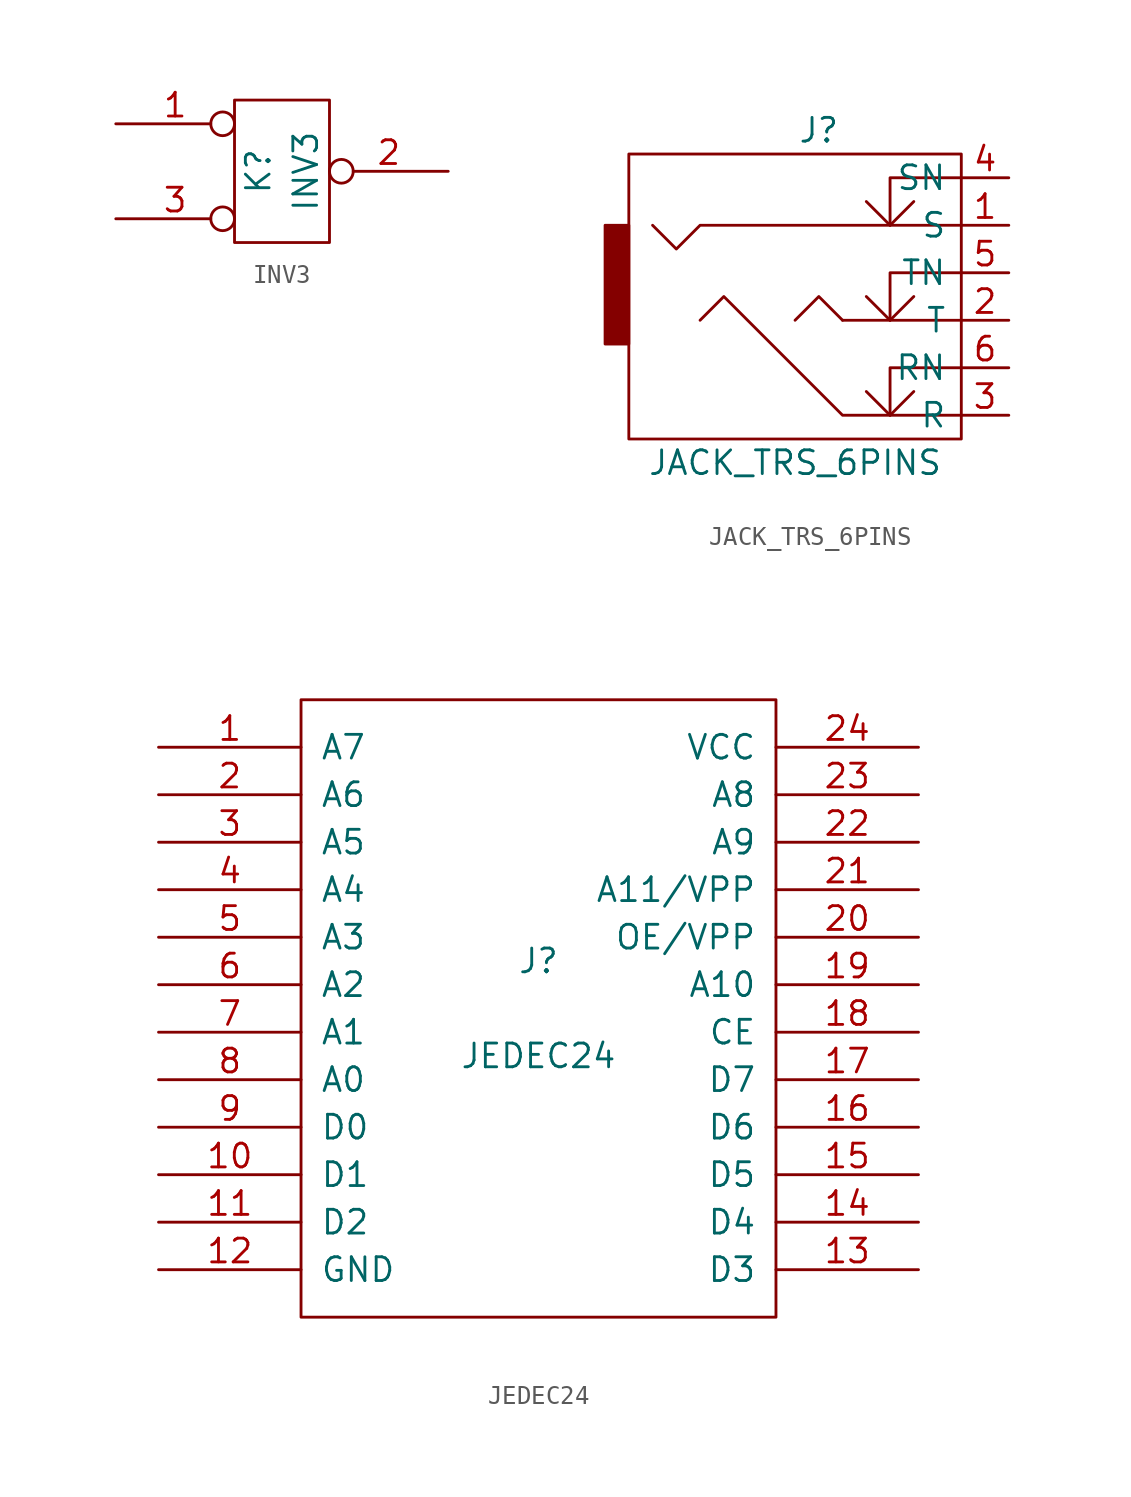
<source format=kicad_sym>
(kicad_symbol_lib
  (version 20211014)
  (generator kicad_symbol_editor)
  (symbol "INV3"
    (pin_names
      (offset 1.016) hide)
    (property "Reference" "K"
      (at -1.27 0 90)
      (effects (font (size 1.27 1.27))))
    (property "Value" "INV3"
      (at 1.27 0 90)
      (effects (font (size 1.27 1.27))))
    (property "Footprint" ""
      (at 0 0 0)
      (effects (font (size 1.27 1.27))))
    (property "Datasheet" ""
      (at 0 0 0)
      (effects (font (size 1.27 1.27))))
    (symbol "INV3_0_1"
      (rectangle (start -2.54 3.81) (end 2.54 -3.81) (stroke (width 0) (type default) (color 0 0 0 0)) (fill (type none))))
    (symbol "INV3_1_1"
      (pin passive inverted (at -8.89 2.54 0) (length 6.35) (name "P1" (effects (font (size 1.27 1.27)))) (number "1" (effects (font (size 1.27 1.27)))))
      (pin passive inverted (at 8.89 0 180) (length 6.35) (name "PM" (effects (font (size 1.27 1.27)))) (number "2" (effects (font (size 1.27 1.27)))))
      (pin passive inverted (at -8.89 -2.54 0) (length 6.35) (name "P3" (effects (font (size 1.27 1.27)))) (number "3" (effects (font (size 1.27 1.27)))))))
  (symbol "JACK_TRS_6PINS"
    (pin_names
      (offset 0.762))
    (property "Reference" "J"
      (at 0 10.16 0)
      (effects (font (size 1.27 1.27))))
    (property "Value" "JACK_TRS_6PINS"
      (at -1.27 -7.62 0)
      (effects (font (size 1.27 1.27))))
    (property "Footprint" ""
      (at 2.54 -3.81 0)
      (effects (font (size 1.27 1.27))))
    (property "Datasheet" ""
      (at 2.54 -3.81 0)
      (effects (font (size 1.27 1.27))))
    (symbol "JACK_TRS_6PINS_0_0"
      (polyline (pts (xy 3.81 -5.08) (xy 3.81 -2.54) (xy 7.62 -2.54)) (stroke (width 0) (type default) (color 0 0 0 0)) (fill (type none)))
      (polyline (pts (xy 3.81 0) (xy 3.81 2.54) (xy 7.62 2.54)) (stroke (width 0) (type default) (color 0 0 0 0)) (fill (type none)))
      (polyline (pts (xy 3.81 5.08) (xy 3.81 7.62) (xy 7.62 7.62)) (stroke (width 0) (type default) (color 0 0 0 0)) (fill (type none)))
      (polyline (pts (xy -8.89 5.08) (xy -7.62 3.81) (xy -6.35 5.08) (xy 7.62 5.08)) (stroke (width 0) (type default) (color 0 0 0 0)) (fill (type none)))
      (polyline (pts (xy -6.35 0) (xy -5.08 1.27) (xy 1.27 -5.08) (xy 7.62 -5.08)) (stroke (width 0) (type default) (color 0 0 0 0)) (fill (type none))))
    (symbol "JACK_TRS_6PINS_0_1"
      (rectangle (start -11.43 5.08) (end -10.16 -1.27) (stroke (width 0) (type default) (color 0 0 0 0)) (fill (type outline)))
      (polyline (pts (xy 1.27 0) (xy 7.62 0)) (stroke (width 0) (type default) (color 0 0 0 0)) (fill (type none)))
      (polyline (pts (xy 1.27 0) (xy 0 1.27) (xy -1.27 0) (xy -1.27 0)) (stroke (width 0) (type default) (color 0 0 0 0)) (fill (type none)))
      (polyline (pts (xy 2.54 -3.81) (xy 3.81 -5.08) (xy 5.08 -3.81) (xy 5.08 -3.81)) (stroke (width 0) (type default) (color 0 0 0 0)) (fill (type none)))
      (polyline (pts (xy 2.54 1.27) (xy 3.81 0) (xy 5.08 1.27) (xy 5.08 1.27)) (stroke (width 0) (type default) (color 0 0 0 0)) (fill (type none)))
      (polyline (pts (xy 2.54 6.35) (xy 3.81 5.08) (xy 5.08 6.35) (xy 5.08 6.35)) (stroke (width 0) (type default) (color 0 0 0 0)) (fill (type none)))
      (rectangle (start 7.62 -6.35) (end -10.16 8.89) (stroke (width 0) (type default) (color 0 0 0 0)) (fill (type none))))
    (symbol "JACK_TRS_6PINS_1_1"
      (pin passive line (at 10.16 5.08 180) (length 2.54) (name "S" (effects (font (size 1.27 1.27)))) (number "1" (effects (font (size 1.27 1.27)))))
      (pin passive line (at 10.16 0 180) (length 2.54) (name "T" (effects (font (size 1.27 1.27)))) (number "2" (effects (font (size 1.27 1.27)))))
      (pin passive line (at 10.16 -5.08 180) (length 2.54) (name "R" (effects (font (size 1.27 1.27)))) (number "3" (effects (font (size 1.27 1.27)))))
      (pin passive line (at 10.16 7.62 180) (length 2.54) (name "SN" (effects (font (size 1.27 1.27)))) (number "4" (effects (font (size 1.27 1.27)))))
      (pin passive line (at 10.16 2.54 180) (length 2.54) (name "TN" (effects (font (size 1.27 1.27)))) (number "5" (effects (font (size 1.27 1.27)))))
      (pin passive line (at 10.16 -2.54 180) (length 2.54) (name "RN" (effects (font (size 1.27 1.27)))) (number "6" (effects (font (size 1.27 1.27)))))))
  (symbol "JEDEC24"
    (pin_names
      (offset 1.016))
    (property "Reference" "J"
      (at 0 2.54 0)
      (effects (font (size 1.27 1.27))))
    (property "Value" "JEDEC24"
      (at 0 -2.54 0)
      (effects (font (size 1.27 1.27))))
    (property "Footprint" ""
      (at 0 0 0)
      (effects (font (size 1.27 1.27))))
    (property "Datasheet" ""
      (at 0 0 0)
      (effects (font (size 1.27 1.27))))
    (symbol "JEDEC24_0_1"
      (rectangle (start -12.7 -16.51) (end 12.7 16.51) (stroke (width 0) (type default) (color 0 0 0 0)) (fill (type none))))
    (symbol "JEDEC24_1_1"
      (pin passive line (at -20.32 13.97 0) (length 7.62) (name "A7" (effects (font (size 1.27 1.27)))) (number "1" (effects (font (size 1.27 1.27)))))
      (pin passive line (at -20.32 -8.89 0) (length 7.62) (name "D1" (effects (font (size 1.27 1.27)))) (number "10" (effects (font (size 1.27 1.27)))))
      (pin passive line (at -20.32 -11.43 0) (length 7.62) (name "D2" (effects (font (size 1.27 1.27)))) (number "11" (effects (font (size 1.27 1.27)))))
      (pin passive line (at -20.32 -13.97 0) (length 7.62) (name "GND" (effects (font (size 1.27 1.27)))) (number "12" (effects (font (size 1.27 1.27)))))
      (pin passive line (at 20.32 -13.97 180) (length 7.62) (name "D3" (effects (font (size 1.27 1.27)))) (number "13" (effects (font (size 1.27 1.27)))))
      (pin passive line (at 20.32 -11.43 180) (length 7.62) (name "D4" (effects (font (size 1.27 1.27)))) (number "14" (effects (font (size 1.27 1.27)))))
      (pin passive line (at 20.32 -8.89 180) (length 7.62) (name "D5" (effects (font (size 1.27 1.27)))) (number "15" (effects (font (size 1.27 1.27)))))
      (pin passive line (at 20.32 -6.35 180) (length 7.62) (name "D6" (effects (font (size 1.27 1.27)))) (number "16" (effects (font (size 1.27 1.27)))))
      (pin passive line (at 20.32 -3.81 180) (length 7.62) (name "D7" (effects (font (size 1.27 1.27)))) (number "17" (effects (font (size 1.27 1.27)))))
      (pin passive line (at 20.32 -1.27 180) (length 7.62) (name "CE" (effects (font (size 1.27 1.27)))) (number "18" (effects (font (size 1.27 1.27)))))
      (pin passive line (at 20.32 1.27 180) (length 7.62) (name "A10" (effects (font (size 1.27 1.27)))) (number "19" (effects (font (size 1.27 1.27)))))
      (pin passive line (at -20.32 11.43 0) (length 7.62) (name "A6" (effects (font (size 1.27 1.27)))) (number "2" (effects (font (size 1.27 1.27)))))
      (pin passive line (at 20.32 3.81 180) (length 7.62) (name "OE/VPP" (effects (font (size 1.27 1.27)))) (number "20" (effects (font (size 1.27 1.27)))))
      (pin passive line (at 20.32 6.35 180) (length 7.62) (name "A11/VPP" (effects (font (size 1.27 1.27)))) (number "21" (effects (font (size 1.27 1.27)))))
      (pin passive line (at 20.32 8.89 180) (length 7.62) (name "A9" (effects (font (size 1.27 1.27)))) (number "22" (effects (font (size 1.27 1.27)))))
      (pin passive line (at 20.32 11.43 180) (length 7.62) (name "A8" (effects (font (size 1.27 1.27)))) (number "23" (effects (font (size 1.27 1.27)))))
      (pin passive line (at 20.32 13.97 180) (length 7.62) (name "VCC" (effects (font (size 1.27 1.27)))) (number "24" (effects (font (size 1.27 1.27)))))
      (pin passive line (at -20.32 8.89 0) (length 7.62) (name "A5" (effects (font (size 1.27 1.27)))) (number "3" (effects (font (size 1.27 1.27)))))
      (pin passive line (at -20.32 6.35 0) (length 7.62) (name "A4" (effects (font (size 1.27 1.27)))) (number "4" (effects (font (size 1.27 1.27)))))
      (pin passive line (at -20.32 3.81 0) (length 7.62) (name "A3" (effects (font (size 1.27 1.27)))) (number "5" (effects (font (size 1.27 1.27)))))
      (pin passive line (at -20.32 1.27 0) (length 7.62) (name "A2" (effects (font (size 1.27 1.27)))) (number "6" (effects (font (size 1.27 1.27)))))
      (pin passive line (at -20.32 -1.27 0) (length 7.62) (name "A1" (effects (font (size 1.27 1.27)))) (number "7" (effects (font (size 1.27 1.27)))))
      (pin passive line (at -20.32 -3.81 0) (length 7.62) (name "A0" (effects (font (size 1.27 1.27)))) (number "8" (effects (font (size 1.27 1.27)))))
      (pin passive line (at -20.32 -6.35 0) (length 7.62) (name "D0" (effects (font (size 1.27 1.27)))) (number "9" (effects (font (size 1.27 1.27))))))))
</source>
